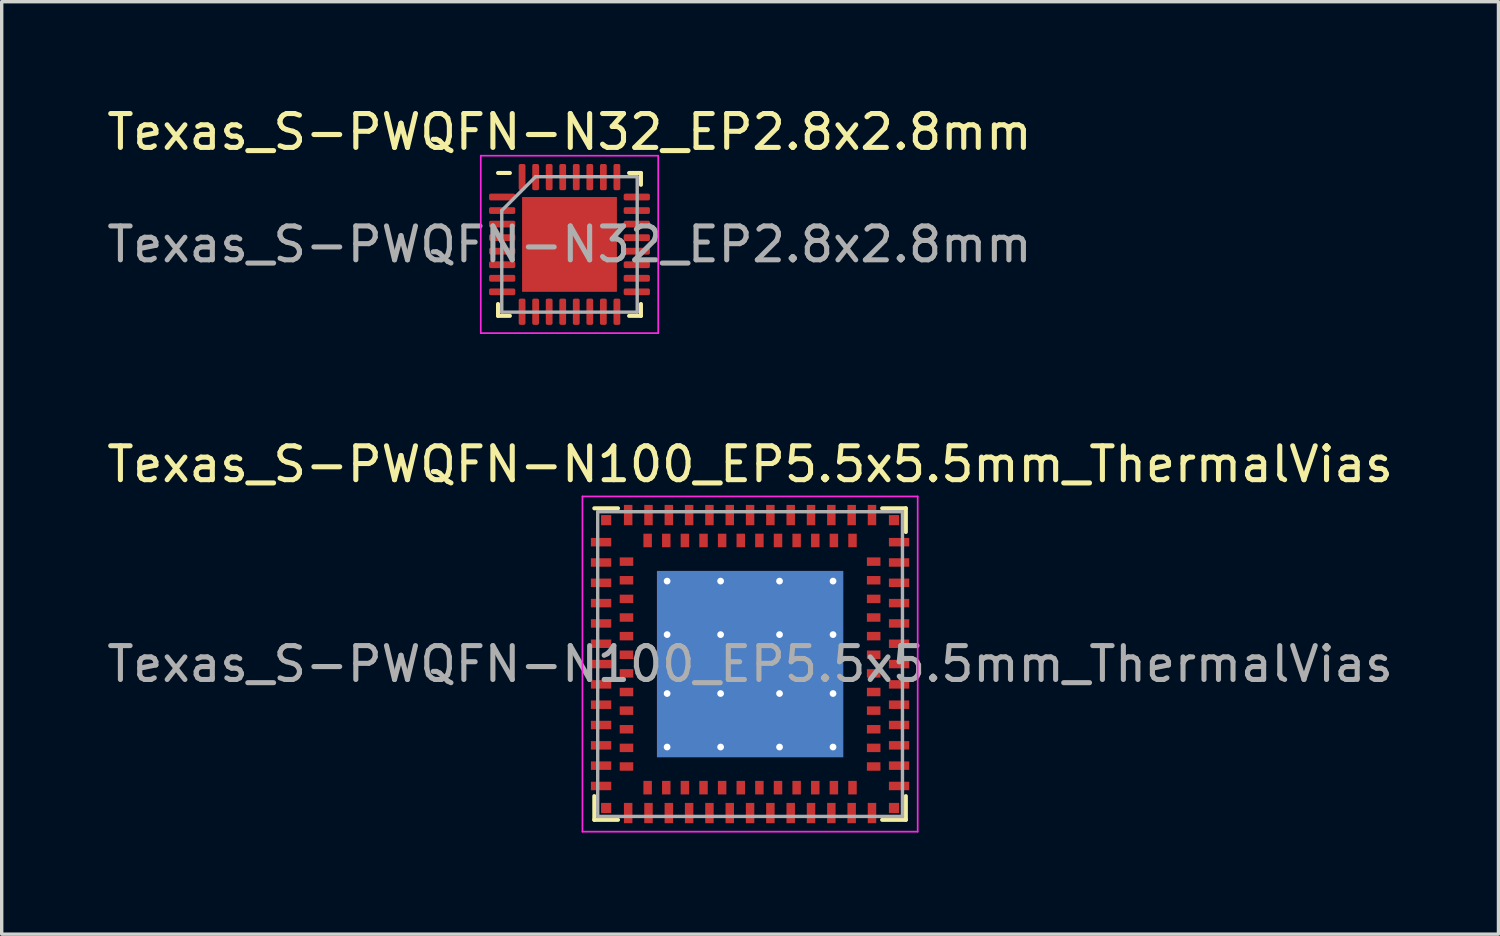
<source format=kicad_pcb>
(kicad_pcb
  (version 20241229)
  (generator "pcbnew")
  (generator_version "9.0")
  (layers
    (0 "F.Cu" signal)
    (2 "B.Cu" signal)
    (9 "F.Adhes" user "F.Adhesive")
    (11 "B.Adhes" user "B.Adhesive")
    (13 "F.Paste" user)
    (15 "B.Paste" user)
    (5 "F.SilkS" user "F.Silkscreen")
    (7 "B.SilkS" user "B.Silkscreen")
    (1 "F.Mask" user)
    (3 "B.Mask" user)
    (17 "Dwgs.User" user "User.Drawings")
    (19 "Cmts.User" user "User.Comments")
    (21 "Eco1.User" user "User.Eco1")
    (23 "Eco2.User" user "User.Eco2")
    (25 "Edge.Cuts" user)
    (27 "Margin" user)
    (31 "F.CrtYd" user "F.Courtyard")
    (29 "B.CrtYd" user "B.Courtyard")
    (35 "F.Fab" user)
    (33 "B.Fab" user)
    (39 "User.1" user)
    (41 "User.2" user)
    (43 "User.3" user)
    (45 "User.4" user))
  (footprint "Texas_S-PWQFN-N32_EP2.8x2.8mm"
    (layer "F.Cu")
    (at 13.768 4.168)
    (property "Reference" "Texas_S-PWQFN-N32_EP2.8x2.8mm" (at 0 -3.32 0) (layer "F.SilkS") (effects (font (size 1 1) (thickness 0.15))))
    (attr smd)
    (fp_line (start -2.11 2.11) (end -2.11 1.76) (stroke (width 0.12) (type solid)) (layer "F.SilkS"))
    (fp_line (start -1.76 -2.11) (end -2.11 -2.11) (stroke (width 0.12) (type solid)) (layer "F.SilkS"))
    (fp_line (start -1.76 2.11) (end -2.11 2.11) (stroke (width 0.12) (type solid)) (layer "F.SilkS"))
    (fp_line (start 1.76 -2.11) (end 2.11 -2.11) (stroke (width 0.12) (type solid)) (layer "F.SilkS"))
    (fp_line (start 1.76 2.11) (end 2.11 2.11) (stroke (width 0.12) (type solid)) (layer "F.SilkS"))
    (fp_line (start 2.11 -2.11) (end 2.11 -1.76) (stroke (width 0.12) (type solid)) (layer "F.SilkS"))
    (fp_line (start 2.11 2.11) (end 2.11 1.76) (stroke (width 0.12) (type solid)) (layer "F.SilkS"))
    (fp_line (start -2.62 -2.62) (end -2.62 2.62) (stroke (width 0.05) (type solid)) (layer "F.CrtYd"))
    (fp_line (start -2.62 2.62) (end 2.62 2.62) (stroke (width 0.05) (type solid)) (layer "F.CrtYd"))
    (fp_line (start 2.62 -2.62) (end -2.62 -2.62) (stroke (width 0.05) (type solid)) (layer "F.CrtYd"))
    (fp_line (start 2.62 2.62) (end 2.62 -2.62) (stroke (width 0.05) (type solid)) (layer "F.CrtYd"))
    (fp_line (start -2 -1) (end -1 -2) (stroke (width 0.1) (type solid)) (layer "F.Fab"))
    (fp_line (start -2 2) (end -2 -1) (stroke (width 0.1) (type solid)) (layer "F.Fab"))
    (fp_line (start -1 -2) (end 2 -2) (stroke (width 0.1) (type solid)) (layer "F.Fab"))
    (fp_line (start 2 -2) (end 2 2) (stroke (width 0.1) (type solid)) (layer "F.Fab"))
    (fp_line (start 2 2) (end -2 2) (stroke (width 0.1) (type solid)) (layer "F.Fab"))
    (fp_text user "${REFERENCE}" (at 0 0 0) (layer "F.Fab") (effects (font (size 1 1) (thickness 0.15))))
    (pad "" smd roundrect (at -0.7 -0.7) (size 1.13 1.13) (layers "F.Paste") (roundrect_rratio 0.221))
    (pad "" smd roundrect (at -0.7 0.7) (size 1.13 1.13) (layers "F.Paste") (roundrect_rratio 0.221))
    (pad "" smd roundrect (at 0.7 -0.7) (size 1.13 1.13) (layers "F.Paste") (roundrect_rratio 0.221))
    (pad "" smd roundrect (at 0.7 0.7) (size 1.13 1.13) (layers "F.Paste") (roundrect_rratio 0.221))
    (pad "1" smd roundrect (at -1.988 -1.4) (size 0.775 0.2) (layers "F.Cu" "F.Mask" "F.Paste") (roundrect_rratio 0.25))
    (pad "2" smd roundrect (at -1.988 -1) (size 0.775 0.2) (layers "F.Cu" "F.Mask" "F.Paste") (roundrect_rratio 0.25))
    (pad "3" smd roundrect (at -1.988 -0.6) (size 0.775 0.2) (layers "F.Cu" "F.Mask" "F.Paste") (roundrect_rratio 0.25))
    (pad "4" smd roundrect (at -1.988 -0.2) (size 0.775 0.2) (layers "F.Cu" "F.Mask" "F.Paste") (roundrect_rratio 0.25))
    (pad "5" smd roundrect (at -1.988 0.2) (size 0.775 0.2) (layers "F.Cu" "F.Mask" "F.Paste") (roundrect_rratio 0.25))
    (pad "6" smd roundrect (at -1.988 0.6) (size 0.775 0.2) (layers "F.Cu" "F.Mask" "F.Paste") (roundrect_rratio 0.25))
    (pad "7" smd roundrect (at -1.988 1) (size 0.775 0.2) (layers "F.Cu" "F.Mask" "F.Paste") (roundrect_rratio 0.25))
    (pad "8" smd roundrect (at -1.988 1.4) (size 0.775 0.2) (layers "F.Cu" "F.Mask" "F.Paste") (roundrect_rratio 0.25))
    (pad "9" smd roundrect (at -1.4 1.988) (size 0.2 0.775) (layers "F.Cu" "F.Mask" "F.Paste") (roundrect_rratio 0.25))
    (pad "10" smd roundrect (at -1 1.988) (size 0.2 0.775) (layers "F.Cu" "F.Mask" "F.Paste") (roundrect_rratio 0.25))
    (pad "11" smd roundrect (at -0.6 1.988) (size 0.2 0.775) (layers "F.Cu" "F.Mask" "F.Paste") (roundrect_rratio 0.25))
    (pad "12" smd roundrect (at -0.2 1.988) (size 0.2 0.775) (layers "F.Cu" "F.Mask" "F.Paste") (roundrect_rratio 0.25))
    (pad "13" smd roundrect (at 0.2 1.988) (size 0.2 0.775) (layers "F.Cu" "F.Mask" "F.Paste") (roundrect_rratio 0.25))
    (pad "14" smd roundrect (at 0.6 1.988) (size 0.2 0.775) (layers "F.Cu" "F.Mask" "F.Paste") (roundrect_rratio 0.25))
    (pad "15" smd roundrect (at 1 1.988) (size 0.2 0.775) (layers "F.Cu" "F.Mask" "F.Paste") (roundrect_rratio 0.25))
    (pad "16" smd roundrect (at 1.4 1.988) (size 0.2 0.775) (layers "F.Cu" "F.Mask" "F.Paste") (roundrect_rratio 0.25))
    (pad "17" smd roundrect (at 1.988 1.4) (size 0.775 0.2) (layers "F.Cu" "F.Mask" "F.Paste") (roundrect_rratio 0.25))
    (pad "18" smd roundrect (at 1.988 1) (size 0.775 0.2) (layers "F.Cu" "F.Mask" "F.Paste") (roundrect_rratio 0.25))
    (pad "19" smd roundrect (at 1.988 0.6) (size 0.775 0.2) (layers "F.Cu" "F.Mask" "F.Paste") (roundrect_rratio 0.25))
    (pad "20" smd roundrect (at 1.988 0.2) (size 0.775 0.2) (layers "F.Cu" "F.Mask" "F.Paste") (roundrect_rratio 0.25))
    (pad "21" smd roundrect (at 1.988 -0.2) (size 0.775 0.2) (layers "F.Cu" "F.Mask" "F.Paste") (roundrect_rratio 0.25))
    (pad "22" smd roundrect (at 1.988 -0.6) (size 0.775 0.2) (layers "F.Cu" "F.Mask" "F.Paste") (roundrect_rratio 0.25))
    (pad "23" smd roundrect (at 1.988 -1) (size 0.775 0.2) (layers "F.Cu" "F.Mask" "F.Paste") (roundrect_rratio 0.25))
    (pad "24" smd roundrect (at 1.988 -1.4) (size 0.775 0.2) (layers "F.Cu" "F.Mask" "F.Paste") (roundrect_rratio 0.25))
    (pad "25" smd roundrect (at 1.4 -1.988) (size 0.2 0.775) (layers "F.Cu" "F.Mask" "F.Paste") (roundrect_rratio 0.25))
    (pad "26" smd roundrect (at 1 -1.988) (size 0.2 0.775) (layers "F.Cu" "F.Mask" "F.Paste") (roundrect_rratio 0.25))
    (pad "27" smd roundrect (at 0.6 -1.988) (size 0.2 0.775) (layers "F.Cu" "F.Mask" "F.Paste") (roundrect_rratio 0.25))
    (pad "28" smd roundrect (at 0.2 -1.988) (size 0.2 0.775) (layers "F.Cu" "F.Mask" "F.Paste") (roundrect_rratio 0.25))
    (pad "29" smd roundrect (at -0.2 -1.988) (size 0.2 0.775) (layers "F.Cu" "F.Mask" "F.Paste") (roundrect_rratio 0.25))
    (pad "30" smd roundrect (at -0.6 -1.988) (size 0.2 0.775) (layers "F.Cu" "F.Mask" "F.Paste") (roundrect_rratio 0.25))
    (pad "31" smd roundrect (at -1 -1.988) (size 0.2 0.775) (layers "F.Cu" "F.Mask" "F.Paste") (roundrect_rratio 0.25))
    (pad "32" smd roundrect (at -1.4 -1.988) (size 0.2 0.775) (layers "F.Cu" "F.Mask" "F.Paste") (roundrect_rratio 0.25))
    (pad "33" smd rect (at 0 0) (size 2.8 2.8) (layers "F.Cu" "F.Mask")))
  (footprint "Texas_S-PWQFN-N100_EP5.5x5.5mm_ThermalVias"
    (layer "F.Cu")
    (at 19.101 16.561)
    (property "Reference" "Texas_S-PWQFN-N100_EP5.5x5.5mm_ThermalVias" (at 0 -5.9 0) (layer "F.SilkS") (effects (font (size 1 1) (thickness 0.15))))
    (attr smd)
    (fp_line (start -4.6 -4.6) (end -3.9 -4.6) (stroke (width 0.12) (type solid)) (layer "F.SilkS"))
    (fp_line (start -4.6 3.9) (end -4.6 4.6) (stroke (width 0.12) (type solid)) (layer "F.SilkS"))
    (fp_line (start -4.6 4.6) (end -3.9 4.6) (stroke (width 0.12) (type solid)) (layer "F.SilkS"))
    (fp_line (start 4.6 -4.6) (end 3.9 -4.6) (stroke (width 0.12) (type solid)) (layer "F.SilkS"))
    (fp_line (start 4.6 -3.9) (end 4.6 -4.6) (stroke (width 0.12) (type solid)) (layer "F.SilkS"))
    (fp_line (start 4.6 3.9) (end 4.6 4.6) (stroke (width 0.12) (type solid)) (layer "F.SilkS"))
    (fp_line (start 4.6 4.6) (end 3.9 4.6) (stroke (width 0.12) (type solid)) (layer "F.SilkS"))
    (fp_line (start -4.95 -4.95) (end 4.95 -4.95) (stroke (width 0.05) (type solid)) (layer "F.CrtYd"))
    (fp_line (start -4.95 4.95) (end -4.95 -4.95) (stroke (width 0.05) (type solid)) (layer "F.CrtYd"))
    (fp_line (start 4.95 -4.95) (end 4.95 4.95) (stroke (width 0.05) (type solid)) (layer "F.CrtYd"))
    (fp_line (start 4.95 4.95) (end -4.95 4.95) (stroke (width 0.05) (type solid)) (layer "F.CrtYd"))
    (fp_line (start -4.5 -4.5) (end -4.5 4.5) (stroke (width 0.1) (type solid)) (layer "F.Fab"))
    (fp_line (start -4.5 -4.5) (end 4.5 -4.5) (stroke (width 0.1) (type solid)) (layer "F.Fab"))
    (fp_line (start -4.5 4.5) (end 4.5 4.5) (stroke (width 0.1) (type solid)) (layer "F.Fab"))
    (fp_line (start 4.5 -4.5) (end 4.5 4.5) (stroke (width 0.1) (type solid)) (layer "F.Fab"))
    (fp_text user "${REFERENCE}" (at 0 0 0) (layer "F.Fab") (effects (font (size 1 1) (thickness 0.15))))
    (pad "" smd rect (at -1.66 -1.66) (size 1.5 1.5) (layers "F.Paste"))
    (pad "" smd rect (at -1.66 0) (size 1.5 1.5) (layers "F.Paste"))
    (pad "" smd rect (at -1.66 1.66) (size 1.5 1.5) (layers "F.Paste"))
    (pad "" smd rect (at 0 -1.66) (size 1.5 1.5) (layers "F.Paste"))
    (pad "" smd rect (at 0 0) (size 1.5 1.5) (layers "F.Paste"))
    (pad "" smd rect (at 0 1.66) (size 1.5 1.5) (layers "F.Paste"))
    (pad "" smd rect (at 1.66 -1.66) (size 1.5 1.5) (layers "F.Paste"))
    (pad "" smd rect (at 1.66 0) (size 1.5 1.5) (layers "F.Paste"))
    (pad "" smd rect (at 1.66 1.66) (size 1.5 1.5) (layers "F.Paste"))
    (pad "A1" smd rect (at -4.4 -3.6 90) (size 0.25 0.6) (layers "F.Cu" "F.Mask" "F.Paste"))
    (pad "A2" smd rect (at -4.4 -3 90) (size 0.25 0.6) (layers "F.Cu" "F.Mask" "F.Paste"))
    (pad "A3" smd rect (at -4.4 -2.4 90) (size 0.25 0.6) (layers "F.Cu" "F.Mask" "F.Paste"))
    (pad "A4" smd rect (at -4.4 -1.8 90) (size 0.25 0.6) (layers "F.Cu" "F.Mask" "F.Paste"))
    (pad "A5" smd rect (at -4.4 -1.2 90) (size 0.25 0.6) (layers "F.Cu" "F.Mask" "F.Paste"))
    (pad "A6" smd rect (at -4.4 -0.6 90) (size 0.25 0.6) (layers "F.Cu" "F.Mask" "F.Paste"))
    (pad "A7" smd rect (at -4.4 0 90) (size 0.25 0.6) (layers "F.Cu" "F.Mask" "F.Paste"))
    (pad "A8" smd rect (at -4.4 0.6 90) (size 0.25 0.6) (layers "F.Cu" "F.Mask" "F.Paste"))
    (pad "A9" smd rect (at -4.4 1.2 90) (size 0.25 0.6) (layers "F.Cu" "F.Mask" "F.Paste"))
    (pad "A10" smd rect (at -4.4 1.8 90) (size 0.25 0.6) (layers "F.Cu" "F.Mask" "F.Paste"))
    (pad "A11" smd rect (at -4.4 2.4 90) (size 0.25 0.6) (layers "F.Cu" "F.Mask" "F.Paste"))
    (pad "A12" smd rect (at -4.4 3 90) (size 0.25 0.6) (layers "F.Cu" "F.Mask" "F.Paste"))
    (pad "A13" smd rect (at -4.4 3.6 90) (size 0.25 0.6) (layers "F.Cu" "F.Mask" "F.Paste"))
    (pad "A14" smd rect (at -3.6 4.4) (size 0.25 0.6) (layers "F.Cu" "F.Mask" "F.Paste"))
    (pad "A15" smd rect (at -3 4.4) (size 0.25 0.6) (layers "F.Cu" "F.Mask" "F.Paste"))
    (pad "A16" smd rect (at -2.4 4.4) (size 0.25 0.6) (layers "F.Cu" "F.Mask" "F.Paste"))
    (pad "A17" smd rect (at -1.8 4.4) (size 0.25 0.6) (layers "F.Cu" "F.Mask" "F.Paste"))
    (pad "A18" smd rect (at -1.2 4.4) (size 0.25 0.6) (layers "F.Cu" "F.Mask" "F.Paste"))
    (pad "A19" smd rect (at -0.6 4.4) (size 0.25 0.6) (layers "F.Cu" "F.Mask" "F.Paste"))
    (pad "A20" smd rect (at 0 4.4) (size 0.25 0.6) (layers "F.Cu" "F.Mask" "F.Paste"))
    (pad "A21" smd rect (at 0.6 4.4) (size 0.25 0.6) (layers "F.Cu" "F.Mask" "F.Paste"))
    (pad "A22" smd rect (at 1.2 4.4) (size 0.25 0.6) (layers "F.Cu" "F.Mask" "F.Paste"))
    (pad "A23" smd rect (at 1.8 4.4) (size 0.25 0.6) (layers "F.Cu" "F.Mask" "F.Paste"))
    (pad "A24" smd rect (at 2.4 4.4) (size 0.25 0.6) (layers "F.Cu" "F.Mask" "F.Paste"))
    (pad "A25" smd rect (at 3 4.4) (size 0.25 0.6) (layers "F.Cu" "F.Mask" "F.Paste"))
    (pad "A26" smd rect (at 3.6 4.4) (size 0.25 0.6) (layers "F.Cu" "F.Mask" "F.Paste"))
    (pad "A27" smd rect (at 4.4 3.6 90) (size 0.25 0.6) (layers "F.Cu" "F.Mask" "F.Paste"))
    (pad "A28" smd rect (at 4.4 3 90) (size 0.25 0.6) (layers "F.Cu" "F.Mask" "F.Paste"))
    (pad "A29" smd rect (at 4.4 2.4 90) (size 0.25 0.6) (layers "F.Cu" "F.Mask" "F.Paste"))
    (pad "A30" smd rect (at 4.4 1.8 90) (size 0.25 0.6) (layers "F.Cu" "F.Mask" "F.Paste"))
    (pad "A31" smd rect (at 4.4 1.2 90) (size 0.25 0.6) (layers "F.Cu" "F.Mask" "F.Paste"))
    (pad "A32" smd rect (at 4.4 0.6 90) (size 0.25 0.6) (layers "F.Cu" "F.Mask" "F.Paste"))
    (pad "A33" smd rect (at 4.4 0 90) (size 0.25 0.6) (layers "F.Cu" "F.Mask" "F.Paste"))
    (pad "A34" smd rect (at 4.4 -0.6 90) (size 0.25 0.6) (layers "F.Cu" "F.Mask" "F.Paste"))
    (pad "A35" smd rect (at 4.4 -1.2 90) (size 0.25 0.6) (layers "F.Cu" "F.Mask" "F.Paste"))
    (pad "A36" smd rect (at 4.4 -1.8 90) (size 0.25 0.6) (layers "F.Cu" "F.Mask" "F.Paste"))
    (pad "A37" smd rect (at 4.4 -2.4 90) (size 0.25 0.6) (layers "F.Cu" "F.Mask" "F.Paste"))
    (pad "A38" smd rect (at 4.4 -3 90) (size 0.25 0.6) (layers "F.Cu" "F.Mask" "F.Paste"))
    (pad "A39" smd rect (at 4.4 -3.6 90) (size 0.25 0.6) (layers "F.Cu" "F.Mask" "F.Paste"))
    (pad "A40" smd rect (at 3.6 -4.4) (size 0.25 0.6) (layers "F.Cu" "F.Mask" "F.Paste"))
    (pad "A41" smd rect (at 3 -4.4) (size 0.25 0.6) (layers "F.Cu" "F.Mask" "F.Paste"))
    (pad "A42" smd rect (at 2.4 -4.4) (size 0.25 0.6) (layers "F.Cu" "F.Mask" "F.Paste"))
    (pad "A43" smd rect (at 1.8 -4.4) (size 0.25 0.6) (layers "F.Cu" "F.Mask" "F.Paste"))
    (pad "A44" smd rect (at 1.2 -4.4) (size 0.25 0.6) (layers "F.Cu" "F.Mask" "F.Paste"))
    (pad "A45" smd rect (at 0.6 -4.4) (size 0.25 0.6) (layers "F.Cu" "F.Mask" "F.Paste"))
    (pad "A46" smd rect (at 0 -4.4) (size 0.25 0.6) (layers "F.Cu" "F.Mask" "F.Paste"))
    (pad "A47" smd rect (at -0.6 -4.4) (size 0.25 0.6) (layers "F.Cu" "F.Mask" "F.Paste"))
    (pad "A48" smd rect (at -1.2 -4.4) (size 0.25 0.6) (layers "F.Cu" "F.Mask" "F.Paste"))
    (pad "A49" smd rect (at -1.8 -4.4) (size 0.25 0.6) (layers "F.Cu" "F.Mask" "F.Paste"))
    (pad "A50" smd rect (at -2.4 -4.4) (size 0.25 0.6) (layers "F.Cu" "F.Mask" "F.Paste"))
    (pad "A51" smd rect (at -3 -4.4) (size 0.25 0.6) (layers "F.Cu" "F.Mask" "F.Paste"))
    (pad "A52" smd rect (at -3.6 -4.4) (size 0.25 0.6) (layers "F.Cu" "F.Mask" "F.Paste"))
    (pad "A53" thru_hole circle (at -2.45 -2.45) (size 0.5 0.5) (drill 0.2) (layers "*.Cu"))
    (pad "A53" thru_hole circle (at -2.45 -0.87) (size 0.5 0.5) (drill 0.2) (layers "*.Cu"))
    (pad "A53" thru_hole circle (at -2.45 0.87) (size 0.5 0.5) (drill 0.2) (layers "*.Cu"))
    (pad "A53" thru_hole circle (at -2.45 2.45) (size 0.5 0.5) (drill 0.2) (layers "*.Cu"))
    (pad "A53" thru_hole circle (at -0.87 -2.45) (size 0.5 0.5) (drill 0.2) (layers "*.Cu"))
    (pad "A53" thru_hole circle (at -0.87 -0.87) (size 0.5 0.5) (drill 0.2) (layers "*.Cu"))
    (pad "A53" thru_hole circle (at -0.87 0.87) (size 0.5 0.5) (drill 0.2) (layers "*.Cu"))
    (pad "A53" thru_hole circle (at -0.87 2.45) (size 0.5 0.5) (drill 0.2) (layers "*.Cu"))
    (pad "A53" smd rect (at 0 0) (size 5.5 5.5) (layers "F.Cu" "F.Mask"))
    (pad "A53" smd rect (at 0 0) (size 5.5 5.5) (layers "B.Cu"))
    (pad "A53" thru_hole circle (at 0.87 -2.45) (size 0.5 0.5) (drill 0.2) (layers "*.Cu"))
    (pad "A53" thru_hole circle (at 0.87 -0.87) (size 0.5 0.5) (drill 0.2) (layers "*.Cu"))
    (pad "A53" thru_hole circle (at 0.87 0.87) (size 0.5 0.5) (drill 0.2) (layers "*.Cu"))
    (pad "A53" thru_hole circle (at 0.87 2.45) (size 0.5 0.5) (drill 0.2) (layers "*.Cu"))
    (pad "A53" thru_hole circle (at 2.45 -2.45) (size 0.5 0.5) (drill 0.2) (layers "*.Cu"))
    (pad "A53" thru_hole circle (at 2.45 -0.87) (size 0.5 0.5) (drill 0.2) (layers "*.Cu"))
    (pad "A53" thru_hole circle (at 2.45 0.87) (size 0.5 0.5) (drill 0.2) (layers "*.Cu"))
    (pad "A53" thru_hole circle (at 2.45 2.45) (size 0.5 0.5) (drill 0.2) (layers "*.Cu"))
    (pad "B1" smd rect (at -3.65 -3.025 90) (size 0.25 0.4) (layers "F.Cu" "F.Mask" "F.Paste"))
    (pad "B2" smd rect (at -3.65 -2.475 90) (size 0.25 0.4) (layers "F.Cu" "F.Mask" "F.Paste"))
    (pad "B3" smd rect (at -3.65 -1.925 90) (size 0.25 0.4) (layers "F.Cu" "F.Mask" "F.Paste"))
    (pad "B4" smd rect (at -3.65 -1.375 90) (size 0.25 0.4) (layers "F.Cu" "F.Mask" "F.Paste"))
    (pad "B5" smd rect (at -3.65 -0.825 90) (size 0.25 0.4) (layers "F.Cu" "F.Mask" "F.Paste"))
    (pad "B6" smd rect (at -3.65 -0.275 90) (size 0.25 0.4) (layers "F.Cu" "F.Mask" "F.Paste"))
    (pad "B7" smd rect (at -3.65 0.275 90) (size 0.25 0.4) (layers "F.Cu" "F.Mask" "F.Paste"))
    (pad "B8" smd rect (at -3.65 0.825 90) (size 0.25 0.4) (layers "F.Cu" "F.Mask" "F.Paste"))
    (pad "B9" smd rect (at -3.65 1.375 90) (size 0.25 0.4) (layers "F.Cu" "F.Mask" "F.Paste"))
    (pad "B10" smd rect (at -3.65 1.925 90) (size 0.25 0.4) (layers "F.Cu" "F.Mask" "F.Paste"))
    (pad "B11" smd rect (at -3.65 2.475 90) (size 0.25 0.4) (layers "F.Cu" "F.Mask" "F.Paste"))
    (pad "B12" smd rect (at -3.65 3.025 90) (size 0.25 0.4) (layers "F.Cu" "F.Mask" "F.Paste"))
    (pad "B13" smd rect (at -3.025 3.65) (size 0.25 0.4) (layers "F.Cu" "F.Mask" "F.Paste"))
    (pad "B14" smd rect (at -2.475 3.65) (size 0.25 0.4) (layers "F.Cu" "F.Mask" "F.Paste"))
    (pad "B15" smd rect (at -1.925 3.65) (size 0.25 0.4) (layers "F.Cu" "F.Mask" "F.Paste"))
    (pad "B16" smd rect (at -1.375 3.65) (size 0.25 0.4) (layers "F.Cu" "F.Mask" "F.Paste"))
    (pad "B17" smd rect (at -0.825 3.65) (size 0.25 0.4) (layers "F.Cu" "F.Mask" "F.Paste"))
    (pad "B18" smd rect (at -0.275 3.65) (size 0.25 0.4) (layers "F.Cu" "F.Mask" "F.Paste"))
    (pad "B19" smd rect (at 0.275 3.65) (size 0.25 0.4) (layers "F.Cu" "F.Mask" "F.Paste"))
    (pad "B20" smd rect (at 0.825 3.65) (size 0.25 0.4) (layers "F.Cu" "F.Mask" "F.Paste"))
    (pad "B21" smd rect (at 1.375 3.65) (size 0.25 0.4) (layers "F.Cu" "F.Mask" "F.Paste"))
    (pad "B22" smd rect (at 1.925 3.65) (size 0.25 0.4) (layers "F.Cu" "F.Mask" "F.Paste"))
    (pad "B23" smd rect (at 2.475 3.65) (size 0.25 0.4) (layers "F.Cu" "F.Mask" "F.Paste"))
    (pad "B24" smd rect (at 3.025 3.65) (size 0.25 0.4) (layers "F.Cu" "F.Mask" "F.Paste"))
    (pad "B25" smd rect (at 3.65 3.025 90) (size 0.25 0.4) (layers "F.Cu" "F.Mask" "F.Paste"))
    (pad "B26" smd rect (at 3.65 2.475 90) (size 0.25 0.4) (layers "F.Cu" "F.Mask" "F.Paste"))
    (pad "B27" smd rect (at 3.65 1.925 90) (size 0.25 0.4) (layers "F.Cu" "F.Mask" "F.Paste"))
    (pad "B28" smd rect (at 3.65 1.375 90) (size 0.25 0.4) (layers "F.Cu" "F.Mask" "F.Paste"))
    (pad "B29" smd rect (at 3.65 0.825 90) (size 0.25 0.4) (layers "F.Cu" "F.Mask" "F.Paste"))
    (pad "B30" smd rect (at 3.65 0.275 90) (size 0.25 0.4) (layers "F.Cu" "F.Mask" "F.Paste"))
    (pad "B31" smd rect (at 3.65 -0.275 90) (size 0.25 0.4) (layers "F.Cu" "F.Mask" "F.Paste"))
    (pad "B32" smd rect (at 3.65 -0.825 90) (size 0.25 0.4) (layers "F.Cu" "F.Mask" "F.Paste"))
    (pad "B33" smd rect (at 3.65 -1.375 90) (size 0.25 0.4) (layers "F.Cu" "F.Mask" "F.Paste"))
    (pad "B34" smd rect (at 3.65 -1.925 90) (size 0.25 0.4) (layers "F.Cu" "F.Mask" "F.Paste"))
    (pad "B35" smd rect (at 3.65 -2.475 90) (size 0.25 0.4) (layers "F.Cu" "F.Mask" "F.Paste"))
    (pad "B36" smd rect (at 3.65 -3.025 90) (size 0.25 0.4) (layers "F.Cu" "F.Mask" "F.Paste"))
    (pad "B37" smd rect (at 3.025 -3.65) (size 0.25 0.4) (layers "F.Cu" "F.Mask" "F.Paste"))
    (pad "B38" smd rect (at 2.475 -3.65) (size 0.25 0.4) (layers "F.Cu" "F.Mask" "F.Paste"))
    (pad "B39" smd rect (at 1.925 -3.65) (size 0.25 0.4) (layers "F.Cu" "F.Mask" "F.Paste"))
    (pad "B40" smd rect (at 1.375 -3.65) (size 0.25 0.4) (layers "F.Cu" "F.Mask" "F.Paste"))
    (pad "B41" smd rect (at 0.825 -3.65) (size 0.25 0.4) (layers "F.Cu" "F.Mask" "F.Paste"))
    (pad "B42" smd rect (at 0.275 -3.65) (size 0.25 0.4) (layers "F.Cu" "F.Mask" "F.Paste"))
    (pad "B43" smd rect (at -0.275 -3.65) (size 0.25 0.4) (layers "F.Cu" "F.Mask" "F.Paste"))
    (pad "B44" smd rect (at -0.825 -3.65) (size 0.25 0.4) (layers "F.Cu" "F.Mask" "F.Paste"))
    (pad "B45" smd rect (at -1.375 -3.65) (size 0.25 0.4) (layers "F.Cu" "F.Mask" "F.Paste"))
    (pad "B46" smd rect (at -1.925 -3.65) (size 0.25 0.4) (layers "F.Cu" "F.Mask" "F.Paste"))
    (pad "B47" smd rect (at -2.475 -3.65) (size 0.25 0.4) (layers "F.Cu" "F.Mask" "F.Paste"))
    (pad "B48" smd rect (at -3.025 -3.65) (size 0.25 0.4) (layers "F.Cu" "F.Mask" "F.Paste"))
    (pad "C1" smd rect (at -4.25 -4.25) (size 0.3 0.3) (layers "F.Cu" "F.Mask" "F.Paste"))
    (pad "C2" smd rect (at -4.25 4.25) (size 0.3 0.3) (layers "F.Cu" "F.Mask" "F.Paste"))
    (pad "C3" smd rect (at 4.25 4.25) (size 0.3 0.3) (layers "F.Cu" "F.Mask" "F.Paste"))
    (pad "C4" smd rect (at 4.25 -4.25) (size 0.3 0.3) (layers "F.Cu" "F.Mask" "F.Paste")))
  (gr_rect
    (start -3 -3)
    (end 41.202 24.537)
    (stroke (width 0.1) (type default))
    (fill no)
    (layer "Edge.Cuts")))
</source>
